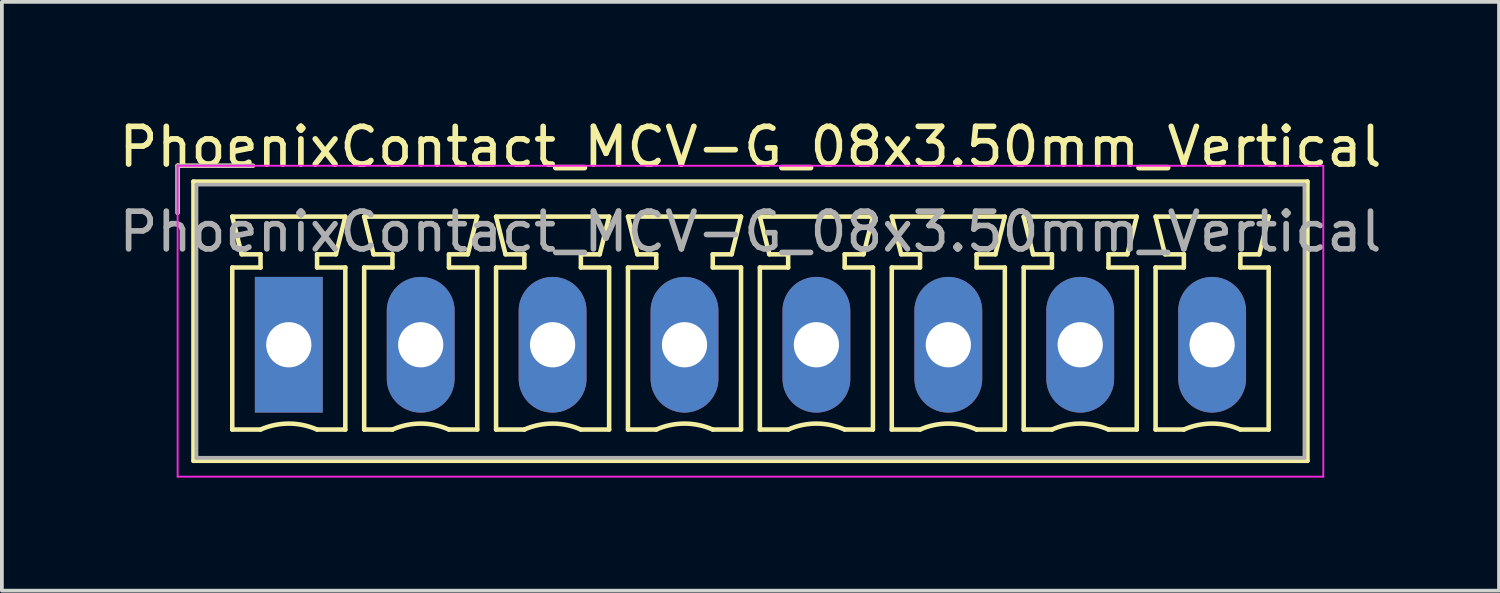
<source format=kicad_pcb>
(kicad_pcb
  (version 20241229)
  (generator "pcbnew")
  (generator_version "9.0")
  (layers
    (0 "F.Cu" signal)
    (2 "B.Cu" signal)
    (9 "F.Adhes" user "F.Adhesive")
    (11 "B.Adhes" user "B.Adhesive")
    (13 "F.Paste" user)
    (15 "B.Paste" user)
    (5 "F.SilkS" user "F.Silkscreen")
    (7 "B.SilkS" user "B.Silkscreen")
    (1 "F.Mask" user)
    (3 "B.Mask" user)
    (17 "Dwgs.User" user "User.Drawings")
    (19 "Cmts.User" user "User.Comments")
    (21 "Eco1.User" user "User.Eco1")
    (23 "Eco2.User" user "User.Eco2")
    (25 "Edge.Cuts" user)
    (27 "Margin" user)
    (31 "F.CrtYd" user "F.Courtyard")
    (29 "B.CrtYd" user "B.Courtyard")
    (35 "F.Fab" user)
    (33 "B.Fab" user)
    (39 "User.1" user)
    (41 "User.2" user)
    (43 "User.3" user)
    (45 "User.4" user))
  (footprint "PhoenixContact_MCV-G_08x3.50mm_Vertical"
    (layer "F.Cu")
    (at 4.613 6.098)
    (property "Reference" "PhoenixContact_MCV-G_08x3.50mm_Vertical" (at 12.25 -5.25 0) (layer "F.SilkS") (effects (font (size 1 1) (thickness 0.15))))
    (attr through_hole)
    (fp_line (start -2.95 -4.75) (end -0.95 -4.75) (stroke (width 0.12) (type solid)) (layer "F.SilkS"))
    (fp_line (start -2.95 -3.5) (end -2.95 -4.75) (stroke (width 0.12) (type solid)) (layer "F.SilkS"))
    (fp_line (start -2.53 -4.33) (end -2.53 3.08) (stroke (width 0.12) (type solid)) (layer "F.SilkS"))
    (fp_line (start -2.53 3.08) (end 27.03 3.08) (stroke (width 0.12) (type solid)) (layer "F.SilkS"))
    (fp_line (start -1.5 -3.4) (end 1.5 -3.4) (stroke (width 0.12) (type solid)) (layer "F.SilkS"))
    (fp_line (start -1.5 -2.05) (end -0.75 -2.05) (stroke (width 0.12) (type solid)) (layer "F.SilkS"))
    (fp_line (start -1.5 2.25) (end -1.5 -2.05) (stroke (width 0.12) (type solid)) (layer "F.SilkS"))
    (fp_line (start -1.25 -2.4) (end -1.5 -3.4) (stroke (width 0.12) (type solid)) (layer "F.SilkS"))
    (fp_line (start -0.75 -2.4) (end -1.25 -2.4) (stroke (width 0.12) (type solid)) (layer "F.SilkS"))
    (fp_line (start -0.75 -2.05) (end -0.75 -2.4) (stroke (width 0.12) (type solid)) (layer "F.SilkS"))
    (fp_line (start -0.75 2.25) (end -1.5 2.25) (stroke (width 0.12) (type solid)) (layer "F.SilkS"))
    (fp_line (start 0.75 -2.4) (end 0.75 -2.05) (stroke (width 0.12) (type solid)) (layer "F.SilkS"))
    (fp_line (start 0.75 -2.05) (end 1.5 -2.05) (stroke (width 0.12) (type solid)) (layer "F.SilkS"))
    (fp_line (start 1.25 -2.4) (end 0.75 -2.4) (stroke (width 0.12) (type solid)) (layer "F.SilkS"))
    (fp_line (start 1.5 -3.4) (end 1.25 -2.4) (stroke (width 0.12) (type solid)) (layer "F.SilkS"))
    (fp_line (start 1.5 -2.05) (end 1.5 2.25) (stroke (width 0.12) (type solid)) (layer "F.SilkS"))
    (fp_line (start 1.5 2.25) (end 0.75 2.25) (stroke (width 0.12) (type solid)) (layer "F.SilkS"))
    (fp_line (start 2 -3.4) (end 5 -3.4) (stroke (width 0.12) (type solid)) (layer "F.SilkS"))
    (fp_line (start 2 -2.05) (end 2.75 -2.05) (stroke (width 0.12) (type solid)) (layer "F.SilkS"))
    (fp_line (start 2 2.25) (end 2 -2.05) (stroke (width 0.12) (type solid)) (layer "F.SilkS"))
    (fp_line (start 2.25 -2.4) (end 2 -3.4) (stroke (width 0.12) (type solid)) (layer "F.SilkS"))
    (fp_line (start 2.75 -2.4) (end 2.25 -2.4) (stroke (width 0.12) (type solid)) (layer "F.SilkS"))
    (fp_line (start 2.75 -2.05) (end 2.75 -2.4) (stroke (width 0.12) (type solid)) (layer "F.SilkS"))
    (fp_line (start 2.75 2.25) (end 2 2.25) (stroke (width 0.12) (type solid)) (layer "F.SilkS"))
    (fp_line (start 4.25 -2.4) (end 4.25 -2.05) (stroke (width 0.12) (type solid)) (layer "F.SilkS"))
    (fp_line (start 4.25 -2.05) (end 5 -2.05) (stroke (width 0.12) (type solid)) (layer "F.SilkS"))
    (fp_line (start 4.75 -2.4) (end 4.25 -2.4) (stroke (width 0.12) (type solid)) (layer "F.SilkS"))
    (fp_line (start 5 -3.4) (end 4.75 -2.4) (stroke (width 0.12) (type solid)) (layer "F.SilkS"))
    (fp_line (start 5 -2.05) (end 5 2.25) (stroke (width 0.12) (type solid)) (layer "F.SilkS"))
    (fp_line (start 5 2.25) (end 4.25 2.25) (stroke (width 0.12) (type solid)) (layer "F.SilkS"))
    (fp_line (start 5.5 -3.4) (end 8.5 -3.4) (stroke (width 0.12) (type solid)) (layer "F.SilkS"))
    (fp_line (start 5.5 -2.05) (end 6.25 -2.05) (stroke (width 0.12) (type solid)) (layer "F.SilkS"))
    (fp_line (start 5.5 2.25) (end 5.5 -2.05) (stroke (width 0.12) (type solid)) (layer "F.SilkS"))
    (fp_line (start 5.75 -2.4) (end 5.5 -3.4) (stroke (width 0.12) (type solid)) (layer "F.SilkS"))
    (fp_line (start 6.25 -2.4) (end 5.75 -2.4) (stroke (width 0.12) (type solid)) (layer "F.SilkS"))
    (fp_line (start 6.25 -2.05) (end 6.25 -2.4) (stroke (width 0.12) (type solid)) (layer "F.SilkS"))
    (fp_line (start 6.25 2.25) (end 5.5 2.25) (stroke (width 0.12) (type solid)) (layer "F.SilkS"))
    (fp_line (start 7.75 -2.4) (end 7.75 -2.05) (stroke (width 0.12) (type solid)) (layer "F.SilkS"))
    (fp_line (start 7.75 -2.05) (end 8.5 -2.05) (stroke (width 0.12) (type solid)) (layer "F.SilkS"))
    (fp_line (start 8.25 -2.4) (end 7.75 -2.4) (stroke (width 0.12) (type solid)) (layer "F.SilkS"))
    (fp_line (start 8.5 -3.4) (end 8.25 -2.4) (stroke (width 0.12) (type solid)) (layer "F.SilkS"))
    (fp_line (start 8.5 -2.05) (end 8.5 2.25) (stroke (width 0.12) (type solid)) (layer "F.SilkS"))
    (fp_line (start 8.5 2.25) (end 7.75 2.25) (stroke (width 0.12) (type solid)) (layer "F.SilkS"))
    (fp_line (start 9 -3.4) (end 12 -3.4) (stroke (width 0.12) (type solid)) (layer "F.SilkS"))
    (fp_line (start 9 -2.05) (end 9.75 -2.05) (stroke (width 0.12) (type solid)) (layer "F.SilkS"))
    (fp_line (start 9 2.25) (end 9 -2.05) (stroke (width 0.12) (type solid)) (layer "F.SilkS"))
    (fp_line (start 9.25 -2.4) (end 9 -3.4) (stroke (width 0.12) (type solid)) (layer "F.SilkS"))
    (fp_line (start 9.75 -2.4) (end 9.25 -2.4) (stroke (width 0.12) (type solid)) (layer "F.SilkS"))
    (fp_line (start 9.75 -2.05) (end 9.75 -2.4) (stroke (width 0.12) (type solid)) (layer "F.SilkS"))
    (fp_line (start 9.75 2.25) (end 9 2.25) (stroke (width 0.12) (type solid)) (layer "F.SilkS"))
    (fp_line (start 11.25 -2.4) (end 11.25 -2.05) (stroke (width 0.12) (type solid)) (layer "F.SilkS"))
    (fp_line (start 11.25 -2.05) (end 12 -2.05) (stroke (width 0.12) (type solid)) (layer "F.SilkS"))
    (fp_line (start 11.75 -2.4) (end 11.25 -2.4) (stroke (width 0.12) (type solid)) (layer "F.SilkS"))
    (fp_line (start 12 -3.4) (end 11.75 -2.4) (stroke (width 0.12) (type solid)) (layer "F.SilkS"))
    (fp_line (start 12 -2.05) (end 12 2.25) (stroke (width 0.12) (type solid)) (layer "F.SilkS"))
    (fp_line (start 12 2.25) (end 11.25 2.25) (stroke (width 0.12) (type solid)) (layer "F.SilkS"))
    (fp_line (start 12.5 -3.4) (end 15.5 -3.4) (stroke (width 0.12) (type solid)) (layer "F.SilkS"))
    (fp_line (start 12.5 -2.05) (end 13.25 -2.05) (stroke (width 0.12) (type solid)) (layer "F.SilkS"))
    (fp_line (start 12.5 2.25) (end 12.5 -2.05) (stroke (width 0.12) (type solid)) (layer "F.SilkS"))
    (fp_line (start 12.75 -2.4) (end 12.5 -3.4) (stroke (width 0.12) (type solid)) (layer "F.SilkS"))
    (fp_line (start 13.25 -2.4) (end 12.75 -2.4) (stroke (width 0.12) (type solid)) (layer "F.SilkS"))
    (fp_line (start 13.25 -2.05) (end 13.25 -2.4) (stroke (width 0.12) (type solid)) (layer "F.SilkS"))
    (fp_line (start 13.25 2.25) (end 12.5 2.25) (stroke (width 0.12) (type solid)) (layer "F.SilkS"))
    (fp_line (start 14.75 -2.4) (end 14.75 -2.05) (stroke (width 0.12) (type solid)) (layer "F.SilkS"))
    (fp_line (start 14.75 -2.05) (end 15.5 -2.05) (stroke (width 0.12) (type solid)) (layer "F.SilkS"))
    (fp_line (start 15.25 -2.4) (end 14.75 -2.4) (stroke (width 0.12) (type solid)) (layer "F.SilkS"))
    (fp_line (start 15.5 -3.4) (end 15.25 -2.4) (stroke (width 0.12) (type solid)) (layer "F.SilkS"))
    (fp_line (start 15.5 -2.05) (end 15.5 2.25) (stroke (width 0.12) (type solid)) (layer "F.SilkS"))
    (fp_line (start 15.5 2.25) (end 14.75 2.25) (stroke (width 0.12) (type solid)) (layer "F.SilkS"))
    (fp_line (start 16 -3.4) (end 19 -3.4) (stroke (width 0.12) (type solid)) (layer "F.SilkS"))
    (fp_line (start 16 -2.05) (end 16.75 -2.05) (stroke (width 0.12) (type solid)) (layer "F.SilkS"))
    (fp_line (start 16 2.25) (end 16 -2.05) (stroke (width 0.12) (type solid)) (layer "F.SilkS"))
    (fp_line (start 16.25 -2.4) (end 16 -3.4) (stroke (width 0.12) (type solid)) (layer "F.SilkS"))
    (fp_line (start 16.75 -2.4) (end 16.25 -2.4) (stroke (width 0.12) (type solid)) (layer "F.SilkS"))
    (fp_line (start 16.75 -2.05) (end 16.75 -2.4) (stroke (width 0.12) (type solid)) (layer "F.SilkS"))
    (fp_line (start 16.75 2.25) (end 16 2.25) (stroke (width 0.12) (type solid)) (layer "F.SilkS"))
    (fp_line (start 18.25 -2.4) (end 18.25 -2.05) (stroke (width 0.12) (type solid)) (layer "F.SilkS"))
    (fp_line (start 18.25 -2.05) (end 19 -2.05) (stroke (width 0.12) (type solid)) (layer "F.SilkS"))
    (fp_line (start 18.75 -2.4) (end 18.25 -2.4) (stroke (width 0.12) (type solid)) (layer "F.SilkS"))
    (fp_line (start 19 -3.4) (end 18.75 -2.4) (stroke (width 0.12) (type solid)) (layer "F.SilkS"))
    (fp_line (start 19 -2.05) (end 19 2.25) (stroke (width 0.12) (type solid)) (layer "F.SilkS"))
    (fp_line (start 19 2.25) (end 18.25 2.25) (stroke (width 0.12) (type solid)) (layer "F.SilkS"))
    (fp_line (start 19.5 -3.4) (end 22.5 -3.4) (stroke (width 0.12) (type solid)) (layer "F.SilkS"))
    (fp_line (start 19.5 -2.05) (end 20.25 -2.05) (stroke (width 0.12) (type solid)) (layer "F.SilkS"))
    (fp_line (start 19.5 2.25) (end 19.5 -2.05) (stroke (width 0.12) (type solid)) (layer "F.SilkS"))
    (fp_line (start 19.75 -2.4) (end 19.5 -3.4) (stroke (width 0.12) (type solid)) (layer "F.SilkS"))
    (fp_line (start 20.25 -2.4) (end 19.75 -2.4) (stroke (width 0.12) (type solid)) (layer "F.SilkS"))
    (fp_line (start 20.25 -2.05) (end 20.25 -2.4) (stroke (width 0.12) (type solid)) (layer "F.SilkS"))
    (fp_line (start 20.25 2.25) (end 19.5 2.25) (stroke (width 0.12) (type solid)) (layer "F.SilkS"))
    (fp_line (start 21.75 -2.4) (end 21.75 -2.05) (stroke (width 0.12) (type solid)) (layer "F.SilkS"))
    (fp_line (start 21.75 -2.05) (end 22.5 -2.05) (stroke (width 0.12) (type solid)) (layer "F.SilkS"))
    (fp_line (start 22.25 -2.4) (end 21.75 -2.4) (stroke (width 0.12) (type solid)) (layer "F.SilkS"))
    (fp_line (start 22.5 -3.4) (end 22.25 -2.4) (stroke (width 0.12) (type solid)) (layer "F.SilkS"))
    (fp_line (start 22.5 -2.05) (end 22.5 2.25) (stroke (width 0.12) (type solid)) (layer "F.SilkS"))
    (fp_line (start 22.5 2.25) (end 21.75 2.25) (stroke (width 0.12) (type solid)) (layer "F.SilkS"))
    (fp_line (start 23 -3.4) (end 26 -3.4) (stroke (width 0.12) (type solid)) (layer "F.SilkS"))
    (fp_line (start 23 -2.05) (end 23.75 -2.05) (stroke (width 0.12) (type solid)) (layer "F.SilkS"))
    (fp_line (start 23 2.25) (end 23 -2.05) (stroke (width 0.12) (type solid)) (layer "F.SilkS"))
    (fp_line (start 23.25 -2.4) (end 23 -3.4) (stroke (width 0.12) (type solid)) (layer "F.SilkS"))
    (fp_line (start 23.75 -2.4) (end 23.25 -2.4) (stroke (width 0.12) (type solid)) (layer "F.SilkS"))
    (fp_line (start 23.75 -2.05) (end 23.75 -2.4) (stroke (width 0.12) (type solid)) (layer "F.SilkS"))
    (fp_line (start 23.75 2.25) (end 23 2.25) (stroke (width 0.12) (type solid)) (layer "F.SilkS"))
    (fp_line (start 25.25 -2.4) (end 25.25 -2.05) (stroke (width 0.12) (type solid)) (layer "F.SilkS"))
    (fp_line (start 25.25 -2.05) (end 26 -2.05) (stroke (width 0.12) (type solid)) (layer "F.SilkS"))
    (fp_line (start 25.75 -2.4) (end 25.25 -2.4) (stroke (width 0.12) (type solid)) (layer "F.SilkS"))
    (fp_line (start 26 -3.4) (end 25.75 -2.4) (stroke (width 0.12) (type solid)) (layer "F.SilkS"))
    (fp_line (start 26 -2.05) (end 26 2.25) (stroke (width 0.12) (type solid)) (layer "F.SilkS"))
    (fp_line (start 26 2.25) (end 25.25 2.25) (stroke (width 0.12) (type solid)) (layer "F.SilkS"))
    (fp_line (start 27.03 -4.33) (end -2.53 -4.33) (stroke (width 0.12) (type solid)) (layer "F.SilkS"))
    (fp_line (start 27.03 3.08) (end 27.03 -4.33) (stroke (width 0.12) (type solid)) (layer "F.SilkS"))
    (fp_arc (start -0.75 2.25) (mid -0.000193 2.09191) (end 0.749647 2.249844) (stroke (width 0.12) (type solid)) (layer "F.SilkS"))
    (fp_arc (start 2.75 2.25) (mid 3.499807 2.09191) (end 4.249647 2.249844) (stroke (width 0.12) (type solid)) (layer "F.SilkS"))
    (fp_arc (start 6.25 2.25) (mid 6.999807 2.09191) (end 7.749647 2.249844) (stroke (width 0.12) (type solid)) (layer "F.SilkS"))
    (fp_arc (start 9.75 2.25) (mid 10.499807 2.09191) (end 11.249647 2.249844) (stroke (width 0.12) (type solid)) (layer "F.SilkS"))
    (fp_arc (start 13.25 2.25) (mid 13.999807 2.09191) (end 14.749647 2.249844) (stroke (width 0.12) (type solid)) (layer "F.SilkS"))
    (fp_arc (start 16.75 2.25) (mid 17.499807 2.09191) (end 18.249647 2.249844) (stroke (width 0.12) (type solid)) (layer "F.SilkS"))
    (fp_arc (start 20.25 2.25) (mid 20.999807 2.09191) (end 21.749647 2.249844) (stroke (width 0.12) (type solid)) (layer "F.SilkS"))
    (fp_arc (start 23.75 2.25) (mid 24.499807 2.09191) (end 25.249647 2.249844) (stroke (width 0.12) (type solid)) (layer "F.SilkS"))
    (fp_line (start -2.95 -4.75) (end -2.95 3.5) (stroke (width 0.05) (type solid)) (layer "F.CrtYd"))
    (fp_line (start -2.95 3.5) (end 27.45 3.5) (stroke (width 0.05) (type solid)) (layer "F.CrtYd"))
    (fp_line (start 27.45 -4.75) (end -2.95 -4.75) (stroke (width 0.05) (type solid)) (layer "F.CrtYd"))
    (fp_line (start 27.45 3.5) (end 27.45 -4.75) (stroke (width 0.05) (type solid)) (layer "F.CrtYd"))
    (fp_line (start -2.95 -4.75) (end -0.95 -4.75) (stroke (width 0.1) (type solid)) (layer "F.Fab"))
    (fp_line (start -2.95 -3.5) (end -2.95 -4.75) (stroke (width 0.1) (type solid)) (layer "F.Fab"))
    (fp_line (start -2.45 -4.25) (end -2.45 3) (stroke (width 0.1) (type solid)) (layer "F.Fab"))
    (fp_line (start -2.45 3) (end 26.95 3) (stroke (width 0.1) (type solid)) (layer "F.Fab"))
    (fp_line (start 26.95 -4.25) (end -2.45 -4.25) (stroke (width 0.1) (type solid)) (layer "F.Fab"))
    (fp_line (start 26.95 3) (end 26.95 -4.25) (stroke (width 0.1) (type solid)) (layer "F.Fab"))
    (fp_text user "${REFERENCE}" (at 12.25 -3 0) (layer "F.Fab") (effects (font (size 1 1) (thickness 0.15))))
    (pad "1" thru_hole rect (at 0 0) (size 1.8 3.6) (drill 1.2) (layers "*.Cu" "*.Mask"))
    (pad "2" thru_hole oval (at 3.5 0) (size 1.8 3.6) (drill 1.2) (layers "*.Cu" "*.Mask"))
    (pad "3" thru_hole oval (at 7 0) (size 1.8 3.6) (drill 1.2) (layers "*.Cu" "*.Mask"))
    (pad "4" thru_hole oval (at 10.5 0) (size 1.8 3.6) (drill 1.2) (layers "*.Cu" "*.Mask"))
    (pad "5" thru_hole oval (at 14 0) (size 1.8 3.6) (drill 1.2) (layers "*.Cu" "*.Mask"))
    (pad "6" thru_hole oval (at 17.5 0) (size 1.8 3.6) (drill 1.2) (layers "*.Cu" "*.Mask"))
    (pad "7" thru_hole oval (at 21 0) (size 1.8 3.6) (drill 1.2) (layers "*.Cu" "*.Mask"))
    (pad "8" thru_hole oval (at 24.5 0) (size 1.8 3.6) (drill 1.2) (layers "*.Cu" "*.Mask")))
  (gr_rect
    (start -3 -3)
    (end 36.726 12.623)
    (stroke (width 0.1) (type default))
    (fill no)
    (layer "Edge.Cuts")))
</source>
